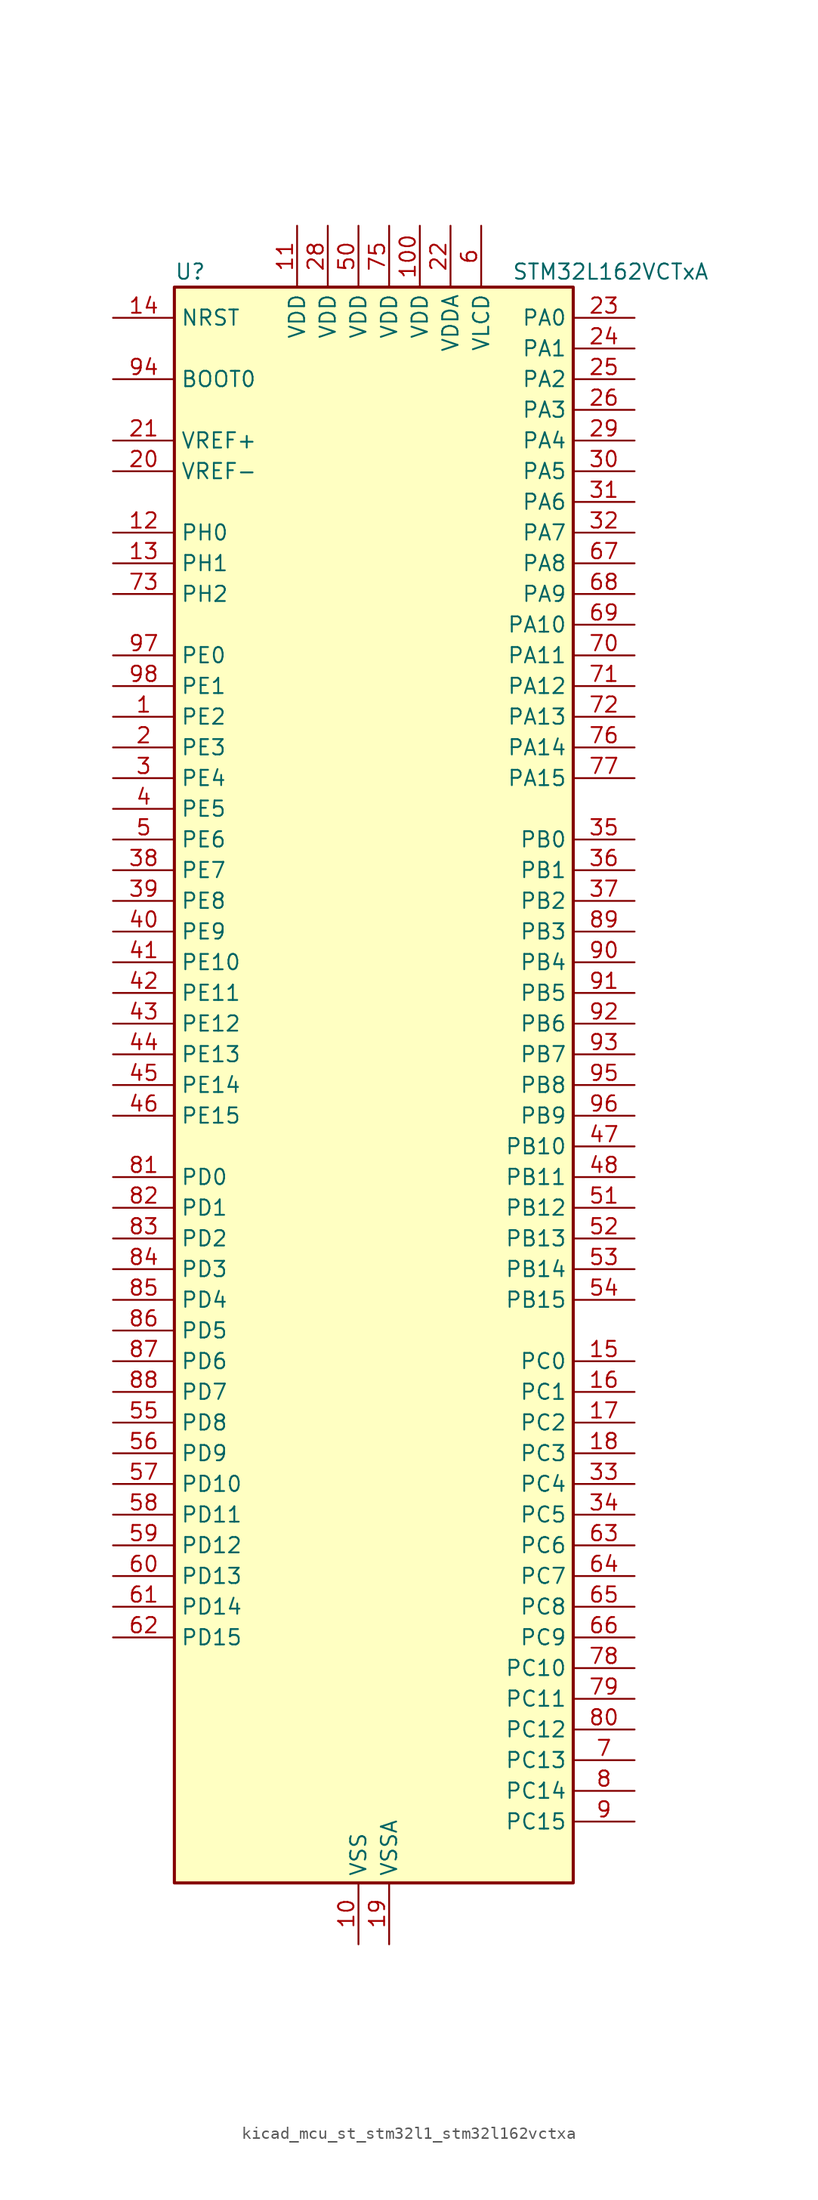
<source format=kicad_sym>
(kicad_symbol_lib
  (version 20220914)
  (generator kicad_symbol_editor)
  (symbol "kicad_mcu_st_stm32l1_stm32l162vctxa"
    (property "Reference" "U"
      (at -15.24 67.31 0)
      (effects (font (size 1.27 1.27)) (justify left)))
    (property "Value" "STM32L162VCTxA"
      (at 12.7 67.31 0)
      (effects (font (size 1.27 1.27)) (justify left)))
    (property "ki_locked" ""
      (at 0 0 0)
      (effects (font (size 1.27 1.27))))
    (symbol "kicad_mcu_st_stm32l1_stm32l162vctxa_0_1"
      (rectangle (start -15.24 -66.04) (end 17.78 66.04) (stroke (width 0.254) (type default)) (fill (type background))))
    (symbol "kicad_mcu_st_stm32l1_stm32l162vctxa_1_1"
      (pin bidirectional line (at -20.32 30.48 0) (length 5.08) (name "PE2" (effects (font (size 1.27 1.27)))) (number "1" (effects (font (size 1.27 1.27)))) (alternate "LCD_SEG38" bidirectional line) (alternate "SYS_TRACECK" bidirectional line) (alternate "TIM3_ETR" bidirectional line) (alternate "TIMX_IC3" bidirectional line))
      (pin power_in line (at 0 -71.12 90) (length 5.08) (name "VSS" (effects (font (size 1.27 1.27)))) (number "10" (effects (font (size 1.27 1.27)))))
      (pin power_in line (at 5.08 71.12 270) (length 5.08) (name "VDD" (effects (font (size 1.27 1.27)))) (number "100" (effects (font (size 1.27 1.27)))))
      (pin power_in line (at -5.08 71.12 270) (length 5.08) (name "VDD" (effects (font (size 1.27 1.27)))) (number "11" (effects (font (size 1.27 1.27)))))
      (pin bidirectional line (at -20.32 45.72 0) (length 5.08) (name "PH0" (effects (font (size 1.27 1.27)))) (number "12" (effects (font (size 1.27 1.27)))) (alternate "RCC_OSC_IN" bidirectional line))
      (pin bidirectional line (at -20.32 43.18 0) (length 5.08) (name "PH1" (effects (font (size 1.27 1.27)))) (number "13" (effects (font (size 1.27 1.27)))) (alternate "RCC_OSC_OUT" bidirectional line))
      (pin input line (at -20.32 63.5 0) (length 5.08) (name "NRST" (effects (font (size 1.27 1.27)))) (number "14" (effects (font (size 1.27 1.27)))))
      (pin bidirectional line (at 22.86 -22.86 180) (length 5.08) (name "PC0" (effects (font (size 1.27 1.27)))) (number "15" (effects (font (size 1.27 1.27)))) (alternate "ADC_IN10" bidirectional line) (alternate "COMP1_INP" bidirectional line) (alternate "LCD_SEG18" bidirectional line) (alternate "TIMX_IC1" bidirectional line) (alternate "TS_G8_IO1" bidirectional line))
      (pin bidirectional line (at 22.86 -25.4 180) (length 5.08) (name "PC1" (effects (font (size 1.27 1.27)))) (number "16" (effects (font (size 1.27 1.27)))) (alternate "ADC_IN11" bidirectional line) (alternate "COMP1_INP" bidirectional line) (alternate "LCD_SEG19" bidirectional line) (alternate "TIMX_IC2" bidirectional line) (alternate "TS_G8_IO2" bidirectional line))
      (pin bidirectional line (at 22.86 -27.94 180) (length 5.08) (name "PC2" (effects (font (size 1.27 1.27)))) (number "17" (effects (font (size 1.27 1.27)))) (alternate "ADC_IN12" bidirectional line) (alternate "COMP1_INP" bidirectional line) (alternate "LCD_SEG20" bidirectional line) (alternate "TIMX_IC3" bidirectional line) (alternate "TS_G8_IO3" bidirectional line))
      (pin bidirectional line (at 22.86 -30.48 180) (length 5.08) (name "PC3" (effects (font (size 1.27 1.27)))) (number "18" (effects (font (size 1.27 1.27)))) (alternate "ADC_IN13" bidirectional line) (alternate "COMP1_INP" bidirectional line) (alternate "LCD_SEG21" bidirectional line) (alternate "TIMX_IC4" bidirectional line) (alternate "TS_G8_IO4" bidirectional line))
      (pin power_in line (at 2.54 -71.12 90) (length 5.08) (name "VSSA" (effects (font (size 1.27 1.27)))) (number "19" (effects (font (size 1.27 1.27)))))
      (pin bidirectional line (at -20.32 27.94 0) (length 5.08) (name "PE3" (effects (font (size 1.27 1.27)))) (number "2" (effects (font (size 1.27 1.27)))) (alternate "LCD_SEG39" bidirectional line) (alternate "SYS_TRACED0" bidirectional line) (alternate "TIM3_CH1" bidirectional line) (alternate "TIMX_IC4" bidirectional line))
      (pin input line (at -20.32 50.8 0) (length 5.08) (name "VREF-" (effects (font (size 1.27 1.27)))) (number "20" (effects (font (size 1.27 1.27)))))
      (pin input line (at -20.32 53.34 0) (length 5.08) (name "VREF+" (effects (font (size 1.27 1.27)))) (number "21" (effects (font (size 1.27 1.27)))))
      (pin power_in line (at 7.62 71.12 270) (length 5.08) (name "VDDA" (effects (font (size 1.27 1.27)))) (number "22" (effects (font (size 1.27 1.27)))))
      (pin bidirectional line (at 22.86 63.5 180) (length 5.08) (name "PA0" (effects (font (size 1.27 1.27)))) (number "23" (effects (font (size 1.27 1.27)))) (alternate "ADC_IN0" bidirectional line) (alternate "COMP1_INP" bidirectional line) (alternate "RTC_TAMP2" bidirectional line) (alternate "SYS_WKUP1" bidirectional line) (alternate "TIM2_CH1" bidirectional line) (alternate "TIM2_ETR" bidirectional line) (alternate "TIM5_CH1" bidirectional line) (alternate "TIMX_IC1" bidirectional line) (alternate "TS_G1_IO1" bidirectional line) (alternate "USART2_CTS" bidirectional line))
      (pin bidirectional line (at 22.86 60.96 180) (length 5.08) (name "PA1" (effects (font (size 1.27 1.27)))) (number "24" (effects (font (size 1.27 1.27)))) (alternate "ADC_IN1" bidirectional line) (alternate "COMP1_INP" bidirectional line) (alternate "LCD_SEG0" bidirectional line) (alternate "OPAMP1_VINP" bidirectional line) (alternate "TIM2_CH2" bidirectional line) (alternate "TIM5_CH2" bidirectional line) (alternate "TIMX_IC2" bidirectional line) (alternate "TS_G1_IO2" bidirectional line) (alternate "USART2_RTS" bidirectional line))
      (pin bidirectional line (at 22.86 58.42 180) (length 5.08) (name "PA2" (effects (font (size 1.27 1.27)))) (number "25" (effects (font (size 1.27 1.27)))) (alternate "ADC_IN2" bidirectional line) (alternate "COMP1_INP" bidirectional line) (alternate "LCD_SEG1" bidirectional line) (alternate "OPAMP1_VINM" bidirectional line) (alternate "TIM2_CH3" bidirectional line) (alternate "TIM5_CH3" bidirectional line) (alternate "TIM9_CH1" bidirectional line) (alternate "TIMX_IC3" bidirectional line) (alternate "TS_G1_IO3" bidirectional line) (alternate "USART2_TX" bidirectional line))
      (pin bidirectional line (at 22.86 55.88 180) (length 5.08) (name "PA3" (effects (font (size 1.27 1.27)))) (number "26" (effects (font (size 1.27 1.27)))) (alternate "ADC_IN3" bidirectional line) (alternate "COMP1_INP" bidirectional line) (alternate "LCD_SEG2" bidirectional line) (alternate "OPAMP1_VOUT" bidirectional line) (alternate "TIM2_CH4" bidirectional line) (alternate "TIM5_CH4" bidirectional line) (alternate "TIM9_CH2" bidirectional line) (alternate "TIMX_IC4" bidirectional line) (alternate "TS_G1_IO4" bidirectional line) (alternate "USART2_RX" bidirectional line))
      (pin passive line (at 0 -71.12 90) (length 5.08) hide (name "VSS" (effects (font (size 1.27 1.27)))) (number "27" (effects (font (size 1.27 1.27)))))
      (pin power_in line (at -2.54 71.12 270) (length 5.08) (name "VDD" (effects (font (size 1.27 1.27)))) (number "28" (effects (font (size 1.27 1.27)))))
      (pin bidirectional line (at 22.86 53.34 180) (length 5.08) (name "PA4" (effects (font (size 1.27 1.27)))) (number "29" (effects (font (size 1.27 1.27)))) (alternate "ADC_IN4" bidirectional line) (alternate "COMP1_INP" bidirectional line) (alternate "DAC_OUT1" bidirectional line) (alternate "I2S3_WS" bidirectional line) (alternate "SPI1_NSS" bidirectional line) (alternate "SPI3_NSS" bidirectional line) (alternate "TIMX_IC1" bidirectional line) (alternate "USART2_CK" bidirectional line))
      (pin bidirectional line (at -20.32 25.4 0) (length 5.08) (name "PE4" (effects (font (size 1.27 1.27)))) (number "3" (effects (font (size 1.27 1.27)))) (alternate "SYS_TRACED1" bidirectional line) (alternate "TIM3_CH2" bidirectional line) (alternate "TIMX_IC1" bidirectional line))
      (pin bidirectional line (at 22.86 50.8 180) (length 5.08) (name "PA5" (effects (font (size 1.27 1.27)))) (number "30" (effects (font (size 1.27 1.27)))) (alternate "ADC_IN5" bidirectional line) (alternate "COMP1_INP" bidirectional line) (alternate "DAC_OUT2" bidirectional line) (alternate "SPI1_SCK" bidirectional line) (alternate "TIM2_CH1" bidirectional line) (alternate "TIM2_ETR" bidirectional line) (alternate "TIMX_IC2" bidirectional line))
      (pin bidirectional line (at 22.86 48.26 180) (length 5.08) (name "PA6" (effects (font (size 1.27 1.27)))) (number "31" (effects (font (size 1.27 1.27)))) (alternate "ADC_IN6" bidirectional line) (alternate "COMP1_INP" bidirectional line) (alternate "LCD_SEG3" bidirectional line) (alternate "OPAMP2_VINP" bidirectional line) (alternate "SPI1_MISO" bidirectional line) (alternate "TIM10_CH1" bidirectional line) (alternate "TIM3_CH1" bidirectional line) (alternate "TIMX_IC3" bidirectional line) (alternate "TS_G2_IO1" bidirectional line))
      (pin bidirectional line (at 22.86 45.72 180) (length 5.08) (name "PA7" (effects (font (size 1.27 1.27)))) (number "32" (effects (font (size 1.27 1.27)))) (alternate "ADC_IN7" bidirectional line) (alternate "COMP1_INP" bidirectional line) (alternate "LCD_SEG4" bidirectional line) (alternate "OPAMP2_VINM" bidirectional line) (alternate "SPI1_MOSI" bidirectional line) (alternate "TIM11_CH1" bidirectional line) (alternate "TIM3_CH2" bidirectional line) (alternate "TIMX_IC4" bidirectional line) (alternate "TS_G2_IO2" bidirectional line))
      (pin bidirectional line (at 22.86 -33.02 180) (length 5.08) (name "PC4" (effects (font (size 1.27 1.27)))) (number "33" (effects (font (size 1.27 1.27)))) (alternate "ADC_IN14" bidirectional line) (alternate "COMP1_INP" bidirectional line) (alternate "LCD_SEG22" bidirectional line) (alternate "TIMX_IC1" bidirectional line) (alternate "TS_G9_IO1" bidirectional line))
      (pin bidirectional line (at 22.86 -35.56 180) (length 5.08) (name "PC5" (effects (font (size 1.27 1.27)))) (number "34" (effects (font (size 1.27 1.27)))) (alternate "ADC_IN15" bidirectional line) (alternate "COMP1_INP" bidirectional line) (alternate "LCD_SEG23" bidirectional line) (alternate "TIMX_IC2" bidirectional line) (alternate "TS_G9_IO2" bidirectional line))
      (pin bidirectional line (at 22.86 20.32 180) (length 5.08) (name "PB0" (effects (font (size 1.27 1.27)))) (number "35" (effects (font (size 1.27 1.27)))) (alternate "ADC_IN8" bidirectional line) (alternate "COMP1_INP" bidirectional line) (alternate "LCD_SEG5" bidirectional line) (alternate "OPAMP2_VOUT" bidirectional line) (alternate "SYS_V_REF_OUT" bidirectional line) (alternate "TIM3_CH3" bidirectional line) (alternate "TS_G3_IO1" bidirectional line))
      (pin bidirectional line (at 22.86 17.78 180) (length 5.08) (name "PB1" (effects (font (size 1.27 1.27)))) (number "36" (effects (font (size 1.27 1.27)))) (alternate "ADC_IN9" bidirectional line) (alternate "COMP1_INP" bidirectional line) (alternate "LCD_SEG6" bidirectional line) (alternate "SYS_V_REF_OUT" bidirectional line) (alternate "TIM3_CH4" bidirectional line) (alternate "TS_G3_IO2" bidirectional line))
      (pin bidirectional line (at 22.86 15.24 180) (length 5.08) (name "PB2" (effects (font (size 1.27 1.27)))) (number "37" (effects (font (size 1.27 1.27)))) (alternate "TS_G3_IO3" bidirectional line))
      (pin bidirectional line (at -20.32 17.78 0) (length 5.08) (name "PE7" (effects (font (size 1.27 1.27)))) (number "38" (effects (font (size 1.27 1.27)))) (alternate "ADC_IN22" bidirectional line) (alternate "COMP1_INP" bidirectional line) (alternate "TIMX_IC4" bidirectional line))
      (pin bidirectional line (at -20.32 15.24 0) (length 5.08) (name "PE8" (effects (font (size 1.27 1.27)))) (number "39" (effects (font (size 1.27 1.27)))) (alternate "ADC_IN23" bidirectional line) (alternate "COMP1_INP" bidirectional line) (alternate "TIMX_IC1" bidirectional line))
      (pin bidirectional line (at -20.32 22.86 0) (length 5.08) (name "PE5" (effects (font (size 1.27 1.27)))) (number "4" (effects (font (size 1.27 1.27)))) (alternate "SYS_TRACED2" bidirectional line) (alternate "TIM9_CH1" bidirectional line) (alternate "TIMX_IC2" bidirectional line))
      (pin bidirectional line (at -20.32 12.7 0) (length 5.08) (name "PE9" (effects (font (size 1.27 1.27)))) (number "40" (effects (font (size 1.27 1.27)))) (alternate "ADC_IN24" bidirectional line) (alternate "COMP1_INP" bidirectional line) (alternate "DAC_EXTI9" bidirectional line) (alternate "TIM2_CH1" bidirectional line) (alternate "TIM2_ETR" bidirectional line) (alternate "TIMX_IC2" bidirectional line))
      (pin bidirectional line (at -20.32 10.16 0) (length 5.08) (name "PE10" (effects (font (size 1.27 1.27)))) (number "41" (effects (font (size 1.27 1.27)))) (alternate "ADC_IN25" bidirectional line) (alternate "COMP1_INP" bidirectional line) (alternate "TIM2_CH2" bidirectional line) (alternate "TIMX_IC3" bidirectional line))
      (pin bidirectional line (at -20.32 7.62 0) (length 5.08) (name "PE11" (effects (font (size 1.27 1.27)))) (number "42" (effects (font (size 1.27 1.27)))) (alternate "ADC_EXTI11" bidirectional line) (alternate "TIM2_CH3" bidirectional line) (alternate "TIMX_IC4" bidirectional line))
      (pin bidirectional line (at -20.32 5.08 0) (length 5.08) (name "PE12" (effects (font (size 1.27 1.27)))) (number "43" (effects (font (size 1.27 1.27)))) (alternate "SPI1_NSS" bidirectional line) (alternate "TIM2_CH4" bidirectional line) (alternate "TIMX_IC1" bidirectional line))
      (pin bidirectional line (at -20.32 2.54 0) (length 5.08) (name "PE13" (effects (font (size 1.27 1.27)))) (number "44" (effects (font (size 1.27 1.27)))) (alternate "SPI1_SCK" bidirectional line) (alternate "TIMX_IC2" bidirectional line))
      (pin bidirectional line (at -20.32 0 0) (length 5.08) (name "PE14" (effects (font (size 1.27 1.27)))) (number "45" (effects (font (size 1.27 1.27)))) (alternate "SPI1_MISO" bidirectional line) (alternate "TIMX_IC3" bidirectional line))
      (pin bidirectional line (at -20.32 -2.54 0) (length 5.08) (name "PE15" (effects (font (size 1.27 1.27)))) (number "46" (effects (font (size 1.27 1.27)))) (alternate "ADC_EXTI15" bidirectional line) (alternate "SPI1_MOSI" bidirectional line) (alternate "TIMX_IC4" bidirectional line))
      (pin bidirectional line (at 22.86 -5.08 180) (length 5.08) (name "PB10" (effects (font (size 1.27 1.27)))) (number "47" (effects (font (size 1.27 1.27)))) (alternate "I2C2_SCL" bidirectional line) (alternate "LCD_SEG10" bidirectional line) (alternate "TIM2_CH3" bidirectional line) (alternate "USART3_TX" bidirectional line))
      (pin bidirectional line (at 22.86 -7.62 180) (length 5.08) (name "PB11" (effects (font (size 1.27 1.27)))) (number "48" (effects (font (size 1.27 1.27)))) (alternate "ADC_EXTI11" bidirectional line) (alternate "I2C2_SDA" bidirectional line) (alternate "LCD_SEG11" bidirectional line) (alternate "TIM2_CH4" bidirectional line) (alternate "USART3_RX" bidirectional line))
      (pin passive line (at 0 -71.12 90) (length 5.08) hide (name "VSS" (effects (font (size 1.27 1.27)))) (number "49" (effects (font (size 1.27 1.27)))))
      (pin bidirectional line (at -20.32 20.32 0) (length 5.08) (name "PE6" (effects (font (size 1.27 1.27)))) (number "5" (effects (font (size 1.27 1.27)))) (alternate "RTC_TAMP3" bidirectional line) (alternate "SYS_TRACED3" bidirectional line) (alternate "SYS_WKUP3" bidirectional line) (alternate "TIM9_CH2" bidirectional line) (alternate "TIMX_IC3" bidirectional line))
      (pin power_in line (at 0 71.12 270) (length 5.08) (name "VDD" (effects (font (size 1.27 1.27)))) (number "50" (effects (font (size 1.27 1.27)))))
      (pin bidirectional line (at 22.86 -10.16 180) (length 5.08) (name "PB12" (effects (font (size 1.27 1.27)))) (number "51" (effects (font (size 1.27 1.27)))) (alternate "ADC_IN18" bidirectional line) (alternate "COMP1_INP" bidirectional line) (alternate "I2C2_SMBA" bidirectional line) (alternate "I2S2_WS" bidirectional line) (alternate "LCD_SEG12" bidirectional line) (alternate "SPI2_NSS" bidirectional line) (alternate "TIM10_CH1" bidirectional line) (alternate "TS_G7_IO1" bidirectional line) (alternate "USART3_CK" bidirectional line))
      (pin bidirectional line (at 22.86 -12.7 180) (length 5.08) (name "PB13" (effects (font (size 1.27 1.27)))) (number "52" (effects (font (size 1.27 1.27)))) (alternate "ADC_IN19" bidirectional line) (alternate "COMP1_INP" bidirectional line) (alternate "I2S2_CK" bidirectional line) (alternate "LCD_SEG13" bidirectional line) (alternate "SPI2_SCK" bidirectional line) (alternate "TIM9_CH1" bidirectional line) (alternate "TS_G7_IO2" bidirectional line) (alternate "USART3_CTS" bidirectional line))
      (pin bidirectional line (at 22.86 -15.24 180) (length 5.08) (name "PB14" (effects (font (size 1.27 1.27)))) (number "53" (effects (font (size 1.27 1.27)))) (alternate "ADC_IN20" bidirectional line) (alternate "COMP1_INP" bidirectional line) (alternate "LCD_SEG14" bidirectional line) (alternate "SPI2_MISO" bidirectional line) (alternate "TIM9_CH2" bidirectional line) (alternate "TS_G7_IO3" bidirectional line) (alternate "USART3_RTS" bidirectional line))
      (pin bidirectional line (at 22.86 -17.78 180) (length 5.08) (name "PB15" (effects (font (size 1.27 1.27)))) (number "54" (effects (font (size 1.27 1.27)))) (alternate "ADC_EXTI15" bidirectional line) (alternate "ADC_IN21" bidirectional line) (alternate "COMP1_INP" bidirectional line) (alternate "I2S2_SD" bidirectional line) (alternate "LCD_SEG15" bidirectional line) (alternate "RTC_REFIN" bidirectional line) (alternate "SPI2_MOSI" bidirectional line) (alternate "TIM11_CH1" bidirectional line) (alternate "TS_G7_IO4" bidirectional line))
      (pin bidirectional line (at -20.32 -27.94 0) (length 5.08) (name "PD8" (effects (font (size 1.27 1.27)))) (number "55" (effects (font (size 1.27 1.27)))) (alternate "LCD_SEG28" bidirectional line) (alternate "TIMX_IC1" bidirectional line) (alternate "USART3_TX" bidirectional line))
      (pin bidirectional line (at -20.32 -30.48 0) (length 5.08) (name "PD9" (effects (font (size 1.27 1.27)))) (number "56" (effects (font (size 1.27 1.27)))) (alternate "DAC_EXTI9" bidirectional line) (alternate "LCD_SEG29" bidirectional line) (alternate "TIMX_IC2" bidirectional line) (alternate "USART3_RX" bidirectional line))
      (pin bidirectional line (at -20.32 -33.02 0) (length 5.08) (name "PD10" (effects (font (size 1.27 1.27)))) (number "57" (effects (font (size 1.27 1.27)))) (alternate "LCD_SEG30" bidirectional line) (alternate "TIMX_IC3" bidirectional line) (alternate "USART3_CK" bidirectional line))
      (pin bidirectional line (at -20.32 -35.56 0) (length 5.08) (name "PD11" (effects (font (size 1.27 1.27)))) (number "58" (effects (font (size 1.27 1.27)))) (alternate "ADC_EXTI11" bidirectional line) (alternate "LCD_SEG31" bidirectional line) (alternate "TIMX_IC4" bidirectional line) (alternate "USART3_CTS" bidirectional line))
      (pin bidirectional line (at -20.32 -38.1 0) (length 5.08) (name "PD12" (effects (font (size 1.27 1.27)))) (number "59" (effects (font (size 1.27 1.27)))) (alternate "LCD_SEG32" bidirectional line) (alternate "TIM4_CH1" bidirectional line) (alternate "TIMX_IC1" bidirectional line) (alternate "USART3_RTS" bidirectional line))
      (pin power_in line (at 10.16 71.12 270) (length 5.08) (name "VLCD" (effects (font (size 1.27 1.27)))) (number "6" (effects (font (size 1.27 1.27)))))
      (pin bidirectional line (at -20.32 -40.64 0) (length 5.08) (name "PD13" (effects (font (size 1.27 1.27)))) (number "60" (effects (font (size 1.27 1.27)))) (alternate "LCD_SEG33" bidirectional line) (alternate "TIM4_CH2" bidirectional line) (alternate "TIMX_IC2" bidirectional line))
      (pin bidirectional line (at -20.32 -43.18 0) (length 5.08) (name "PD14" (effects (font (size 1.27 1.27)))) (number "61" (effects (font (size 1.27 1.27)))) (alternate "LCD_SEG34" bidirectional line) (alternate "TIM4_CH3" bidirectional line) (alternate "TIMX_IC3" bidirectional line))
      (pin bidirectional line (at -20.32 -45.72 0) (length 5.08) (name "PD15" (effects (font (size 1.27 1.27)))) (number "62" (effects (font (size 1.27 1.27)))) (alternate "ADC_EXTI15" bidirectional line) (alternate "LCD_SEG35" bidirectional line) (alternate "TIM4_CH4" bidirectional line) (alternate "TIMX_IC4" bidirectional line))
      (pin bidirectional line (at 22.86 -38.1 180) (length 5.08) (name "PC6" (effects (font (size 1.27 1.27)))) (number "63" (effects (font (size 1.27 1.27)))) (alternate "I2S2_MCK" bidirectional line) (alternate "LCD_SEG24" bidirectional line) (alternate "TIM3_CH1" bidirectional line) (alternate "TIMX_IC3" bidirectional line) (alternate "TS_G10_IO1" bidirectional line))
      (pin bidirectional line (at 22.86 -40.64 180) (length 5.08) (name "PC7" (effects (font (size 1.27 1.27)))) (number "64" (effects (font (size 1.27 1.27)))) (alternate "I2S3_MCK" bidirectional line) (alternate "LCD_SEG25" bidirectional line) (alternate "TIM3_CH2" bidirectional line) (alternate "TIMX_IC4" bidirectional line) (alternate "TS_G10_IO2" bidirectional line))
      (pin bidirectional line (at 22.86 -43.18 180) (length 5.08) (name "PC8" (effects (font (size 1.27 1.27)))) (number "65" (effects (font (size 1.27 1.27)))) (alternate "LCD_SEG26" bidirectional line) (alternate "TIM3_CH3" bidirectional line) (alternate "TIMX_IC1" bidirectional line) (alternate "TS_G10_IO3" bidirectional line))
      (pin bidirectional line (at 22.86 -45.72 180) (length 5.08) (name "PC9" (effects (font (size 1.27 1.27)))) (number "66" (effects (font (size 1.27 1.27)))) (alternate "DAC_EXTI9" bidirectional line) (alternate "LCD_SEG27" bidirectional line) (alternate "TIM3_CH4" bidirectional line) (alternate "TIMX_IC2" bidirectional line) (alternate "TS_G10_IO4" bidirectional line))
      (pin bidirectional line (at 22.86 43.18 180) (length 5.08) (name "PA8" (effects (font (size 1.27 1.27)))) (number "67" (effects (font (size 1.27 1.27)))) (alternate "LCD_COM0" bidirectional line) (alternate "RCC_MCO" bidirectional line) (alternate "TIMX_IC1" bidirectional line) (alternate "TS_G4_IO1" bidirectional line) (alternate "USART1_CK" bidirectional line))
      (pin bidirectional line (at 22.86 40.64 180) (length 5.08) (name "PA9" (effects (font (size 1.27 1.27)))) (number "68" (effects (font (size 1.27 1.27)))) (alternate "DAC_EXTI9" bidirectional line) (alternate "LCD_COM1" bidirectional line) (alternate "TIMX_IC2" bidirectional line) (alternate "TS_G4_IO2" bidirectional line) (alternate "USART1_TX" bidirectional line))
      (pin bidirectional line (at 22.86 38.1 180) (length 5.08) (name "PA10" (effects (font (size 1.27 1.27)))) (number "69" (effects (font (size 1.27 1.27)))) (alternate "LCD_COM2" bidirectional line) (alternate "TIMX_IC3" bidirectional line) (alternate "TS_G4_IO3" bidirectional line) (alternate "USART1_RX" bidirectional line))
      (pin bidirectional line (at 22.86 -55.88 180) (length 5.08) (name "PC13" (effects (font (size 1.27 1.27)))) (number "7" (effects (font (size 1.27 1.27)))) (alternate "RTC_OUT_ALARM" bidirectional line) (alternate "RTC_OUT_CALIB" bidirectional line) (alternate "RTC_TAMP1" bidirectional line) (alternate "RTC_TS" bidirectional line) (alternate "SYS_WKUP2" bidirectional line) (alternate "TIMX_IC2" bidirectional line))
      (pin bidirectional line (at 22.86 35.56 180) (length 5.08) (name "PA11" (effects (font (size 1.27 1.27)))) (number "70" (effects (font (size 1.27 1.27)))) (alternate "ADC_EXTI11" bidirectional line) (alternate "SPI1_MISO" bidirectional line) (alternate "TIMX_IC4" bidirectional line) (alternate "USART1_CTS" bidirectional line) (alternate "USB_DM" bidirectional line))
      (pin bidirectional line (at 22.86 33.02 180) (length 5.08) (name "PA12" (effects (font (size 1.27 1.27)))) (number "71" (effects (font (size 1.27 1.27)))) (alternate "SPI1_MOSI" bidirectional line) (alternate "TIMX_IC1" bidirectional line) (alternate "USART1_RTS" bidirectional line) (alternate "USB_DP" bidirectional line))
      (pin bidirectional line (at 22.86 30.48 180) (length 5.08) (name "PA13" (effects (font (size 1.27 1.27)))) (number "72" (effects (font (size 1.27 1.27)))) (alternate "SYS_JTMS-SWDIO" bidirectional line) (alternate "TIMX_IC2" bidirectional line) (alternate "TS_G5_IO1" bidirectional line))
      (pin bidirectional line (at -20.32 40.64 0) (length 5.08) (name "PH2" (effects (font (size 1.27 1.27)))) (number "73" (effects (font (size 1.27 1.27)))))
      (pin passive line (at 0 -71.12 90) (length 5.08) hide (name "VSS" (effects (font (size 1.27 1.27)))) (number "74" (effects (font (size 1.27 1.27)))))
      (pin power_in line (at 2.54 71.12 270) (length 5.08) (name "VDD" (effects (font (size 1.27 1.27)))) (number "75" (effects (font (size 1.27 1.27)))))
      (pin bidirectional line (at 22.86 27.94 180) (length 5.08) (name "PA14" (effects (font (size 1.27 1.27)))) (number "76" (effects (font (size 1.27 1.27)))) (alternate "SYS_JTCK-SWCLK" bidirectional line) (alternate "TIMX_IC3" bidirectional line) (alternate "TS_G5_IO2" bidirectional line))
      (pin bidirectional line (at 22.86 25.4 180) (length 5.08) (name "PA15" (effects (font (size 1.27 1.27)))) (number "77" (effects (font (size 1.27 1.27)))) (alternate "ADC_EXTI15" bidirectional line) (alternate "I2S3_WS" bidirectional line) (alternate "LCD_SEG17" bidirectional line) (alternate "SPI1_NSS" bidirectional line) (alternate "SPI3_NSS" bidirectional line) (alternate "SYS_JTDI" bidirectional line) (alternate "TIM2_CH1" bidirectional line) (alternate "TIM2_ETR" bidirectional line) (alternate "TIMX_IC4" bidirectional line) (alternate "TS_G5_IO3" bidirectional line))
      (pin bidirectional line (at 22.86 -48.26 180) (length 5.08) (name "PC10" (effects (font (size 1.27 1.27)))) (number "78" (effects (font (size 1.27 1.27)))) (alternate "I2S3_CK" bidirectional line) (alternate "LCD_COM4" bidirectional line) (alternate "LCD_SEG28" bidirectional line) (alternate "LCD_SEG40" bidirectional line) (alternate "SPI3_SCK" bidirectional line) (alternate "TIMX_IC3" bidirectional line) (alternate "USART3_TX" bidirectional line))
      (pin bidirectional line (at 22.86 -50.8 180) (length 5.08) (name "PC11" (effects (font (size 1.27 1.27)))) (number "79" (effects (font (size 1.27 1.27)))) (alternate "ADC_EXTI11" bidirectional line) (alternate "LCD_COM5" bidirectional line) (alternate "LCD_SEG29" bidirectional line) (alternate "LCD_SEG41" bidirectional line) (alternate "SPI3_MISO" bidirectional line) (alternate "TIMX_IC4" bidirectional line) (alternate "USART3_RX" bidirectional line))
      (pin bidirectional line (at 22.86 -58.42 180) (length 5.08) (name "PC14" (effects (font (size 1.27 1.27)))) (number "8" (effects (font (size 1.27 1.27)))) (alternate "RCC_OSC32_IN" bidirectional line) (alternate "TIMX_IC3" bidirectional line))
      (pin bidirectional line (at 22.86 -53.34 180) (length 5.08) (name "PC12" (effects (font (size 1.27 1.27)))) (number "80" (effects (font (size 1.27 1.27)))) (alternate "I2S3_SD" bidirectional line) (alternate "LCD_COM6" bidirectional line) (alternate "LCD_SEG30" bidirectional line) (alternate "LCD_SEG42" bidirectional line) (alternate "SPI3_MOSI" bidirectional line) (alternate "TIMX_IC1" bidirectional line) (alternate "USART3_CK" bidirectional line))
      (pin bidirectional line (at -20.32 -7.62 0) (length 5.08) (name "PD0" (effects (font (size 1.27 1.27)))) (number "81" (effects (font (size 1.27 1.27)))) (alternate "I2S2_WS" bidirectional line) (alternate "SPI2_NSS" bidirectional line) (alternate "TIM9_CH1" bidirectional line) (alternate "TIMX_IC1" bidirectional line))
      (pin bidirectional line (at -20.32 -10.16 0) (length 5.08) (name "PD1" (effects (font (size 1.27 1.27)))) (number "82" (effects (font (size 1.27 1.27)))) (alternate "I2S2_CK" bidirectional line) (alternate "SPI2_SCK" bidirectional line) (alternate "TIMX_IC2" bidirectional line))
      (pin bidirectional line (at -20.32 -12.7 0) (length 5.08) (name "PD2" (effects (font (size 1.27 1.27)))) (number "83" (effects (font (size 1.27 1.27)))) (alternate "LCD_COM7" bidirectional line) (alternate "LCD_SEG31" bidirectional line) (alternate "LCD_SEG43" bidirectional line) (alternate "TIM3_ETR" bidirectional line) (alternate "TIMX_IC3" bidirectional line))
      (pin bidirectional line (at -20.32 -15.24 0) (length 5.08) (name "PD3" (effects (font (size 1.27 1.27)))) (number "84" (effects (font (size 1.27 1.27)))) (alternate "SPI2_MISO" bidirectional line) (alternate "TIMX_IC4" bidirectional line) (alternate "USART2_CTS" bidirectional line))
      (pin bidirectional line (at -20.32 -17.78 0) (length 5.08) (name "PD4" (effects (font (size 1.27 1.27)))) (number "85" (effects (font (size 1.27 1.27)))) (alternate "I2S2_SD" bidirectional line) (alternate "SPI2_MOSI" bidirectional line) (alternate "TIMX_IC1" bidirectional line) (alternate "USART2_RTS" bidirectional line))
      (pin bidirectional line (at -20.32 -20.32 0) (length 5.08) (name "PD5" (effects (font (size 1.27 1.27)))) (number "86" (effects (font (size 1.27 1.27)))) (alternate "TIMX_IC2" bidirectional line) (alternate "USART2_TX" bidirectional line))
      (pin bidirectional line (at -20.32 -22.86 0) (length 5.08) (name "PD6" (effects (font (size 1.27 1.27)))) (number "87" (effects (font (size 1.27 1.27)))) (alternate "TIMX_IC3" bidirectional line) (alternate "USART2_RX" bidirectional line))
      (pin bidirectional line (at -20.32 -25.4 0) (length 5.08) (name "PD7" (effects (font (size 1.27 1.27)))) (number "88" (effects (font (size 1.27 1.27)))) (alternate "TIM9_CH2" bidirectional line) (alternate "TIMX_IC4" bidirectional line) (alternate "USART2_CK" bidirectional line))
      (pin bidirectional line (at 22.86 12.7 180) (length 5.08) (name "PB3" (effects (font (size 1.27 1.27)))) (number "89" (effects (font (size 1.27 1.27)))) (alternate "COMP2_INM" bidirectional line) (alternate "I2S3_CK" bidirectional line) (alternate "LCD_SEG7" bidirectional line) (alternate "SPI1_SCK" bidirectional line) (alternate "SPI3_SCK" bidirectional line) (alternate "SYS_JTDO-TRACESWO" bidirectional line) (alternate "TIM2_CH2" bidirectional line))
      (pin bidirectional line (at 22.86 -60.96 180) (length 5.08) (name "PC15" (effects (font (size 1.27 1.27)))) (number "9" (effects (font (size 1.27 1.27)))) (alternate "ADC_EXTI15" bidirectional line) (alternate "RCC_OSC32_OUT" bidirectional line) (alternate "TIMX_IC4" bidirectional line))
      (pin bidirectional line (at 22.86 10.16 180) (length 5.08) (name "PB4" (effects (font (size 1.27 1.27)))) (number "90" (effects (font (size 1.27 1.27)))) (alternate "COMP2_INP" bidirectional line) (alternate "LCD_SEG8" bidirectional line) (alternate "SPI1_MISO" bidirectional line) (alternate "SPI3_MISO" bidirectional line) (alternate "SYS_JTRST" bidirectional line) (alternate "TIM3_CH1" bidirectional line) (alternate "TS_G6_IO1" bidirectional line))
      (pin bidirectional line (at 22.86 7.62 180) (length 5.08) (name "PB5" (effects (font (size 1.27 1.27)))) (number "91" (effects (font (size 1.27 1.27)))) (alternate "COMP2_INP" bidirectional line) (alternate "I2C1_SMBA" bidirectional line) (alternate "I2S3_SD" bidirectional line) (alternate "LCD_SEG9" bidirectional line) (alternate "SPI1_MOSI" bidirectional line) (alternate "SPI3_MOSI" bidirectional line) (alternate "TIM3_CH2" bidirectional line) (alternate "TS_G6_IO2" bidirectional line))
      (pin bidirectional line (at 22.86 5.08 180) (length 5.08) (name "PB6" (effects (font (size 1.27 1.27)))) (number "92" (effects (font (size 1.27 1.27)))) (alternate "COMP2_INP" bidirectional line) (alternate "I2C1_SCL" bidirectional line) (alternate "TIM4_CH1" bidirectional line) (alternate "TS_G6_IO3" bidirectional line) (alternate "USART1_TX" bidirectional line))
      (pin bidirectional line (at 22.86 2.54 180) (length 5.08) (name "PB7" (effects (font (size 1.27 1.27)))) (number "93" (effects (font (size 1.27 1.27)))) (alternate "COMP2_INP" bidirectional line) (alternate "I2C1_SDA" bidirectional line) (alternate "SYS_PVD_IN" bidirectional line) (alternate "TIM4_CH2" bidirectional line) (alternate "TS_G6_IO4" bidirectional line) (alternate "USART1_RX" bidirectional line))
      (pin input line (at -20.32 58.42 0) (length 5.08) (name "BOOT0" (effects (font (size 1.27 1.27)))) (number "94" (effects (font (size 1.27 1.27)))))
      (pin bidirectional line (at 22.86 0 180) (length 5.08) (name "PB8" (effects (font (size 1.27 1.27)))) (number "95" (effects (font (size 1.27 1.27)))) (alternate "I2C1_SCL" bidirectional line) (alternate "LCD_SEG16" bidirectional line) (alternate "TIM10_CH1" bidirectional line) (alternate "TIM4_CH3" bidirectional line))
      (pin bidirectional line (at 22.86 -2.54 180) (length 5.08) (name "PB9" (effects (font (size 1.27 1.27)))) (number "96" (effects (font (size 1.27 1.27)))) (alternate "DAC_EXTI9" bidirectional line) (alternate "I2C1_SDA" bidirectional line) (alternate "LCD_COM3" bidirectional line) (alternate "TIM11_CH1" bidirectional line) (alternate "TIM4_CH4" bidirectional line))
      (pin bidirectional line (at -20.32 35.56 0) (length 5.08) (name "PE0" (effects (font (size 1.27 1.27)))) (number "97" (effects (font (size 1.27 1.27)))) (alternate "LCD_SEG36" bidirectional line) (alternate "TIM10_CH1" bidirectional line) (alternate "TIM4_ETR" bidirectional line) (alternate "TIMX_IC1" bidirectional line))
      (pin bidirectional line (at -20.32 33.02 0) (length 5.08) (name "PE1" (effects (font (size 1.27 1.27)))) (number "98" (effects (font (size 1.27 1.27)))) (alternate "LCD_SEG37" bidirectional line) (alternate "TIM11_CH1" bidirectional line) (alternate "TIMX_IC2" bidirectional line))
      (pin passive line (at 0 -71.12 90) (length 5.08) hide (name "VSS" (effects (font (size 1.27 1.27)))) (number "99" (effects (font (size 1.27 1.27))))))))
</source>
